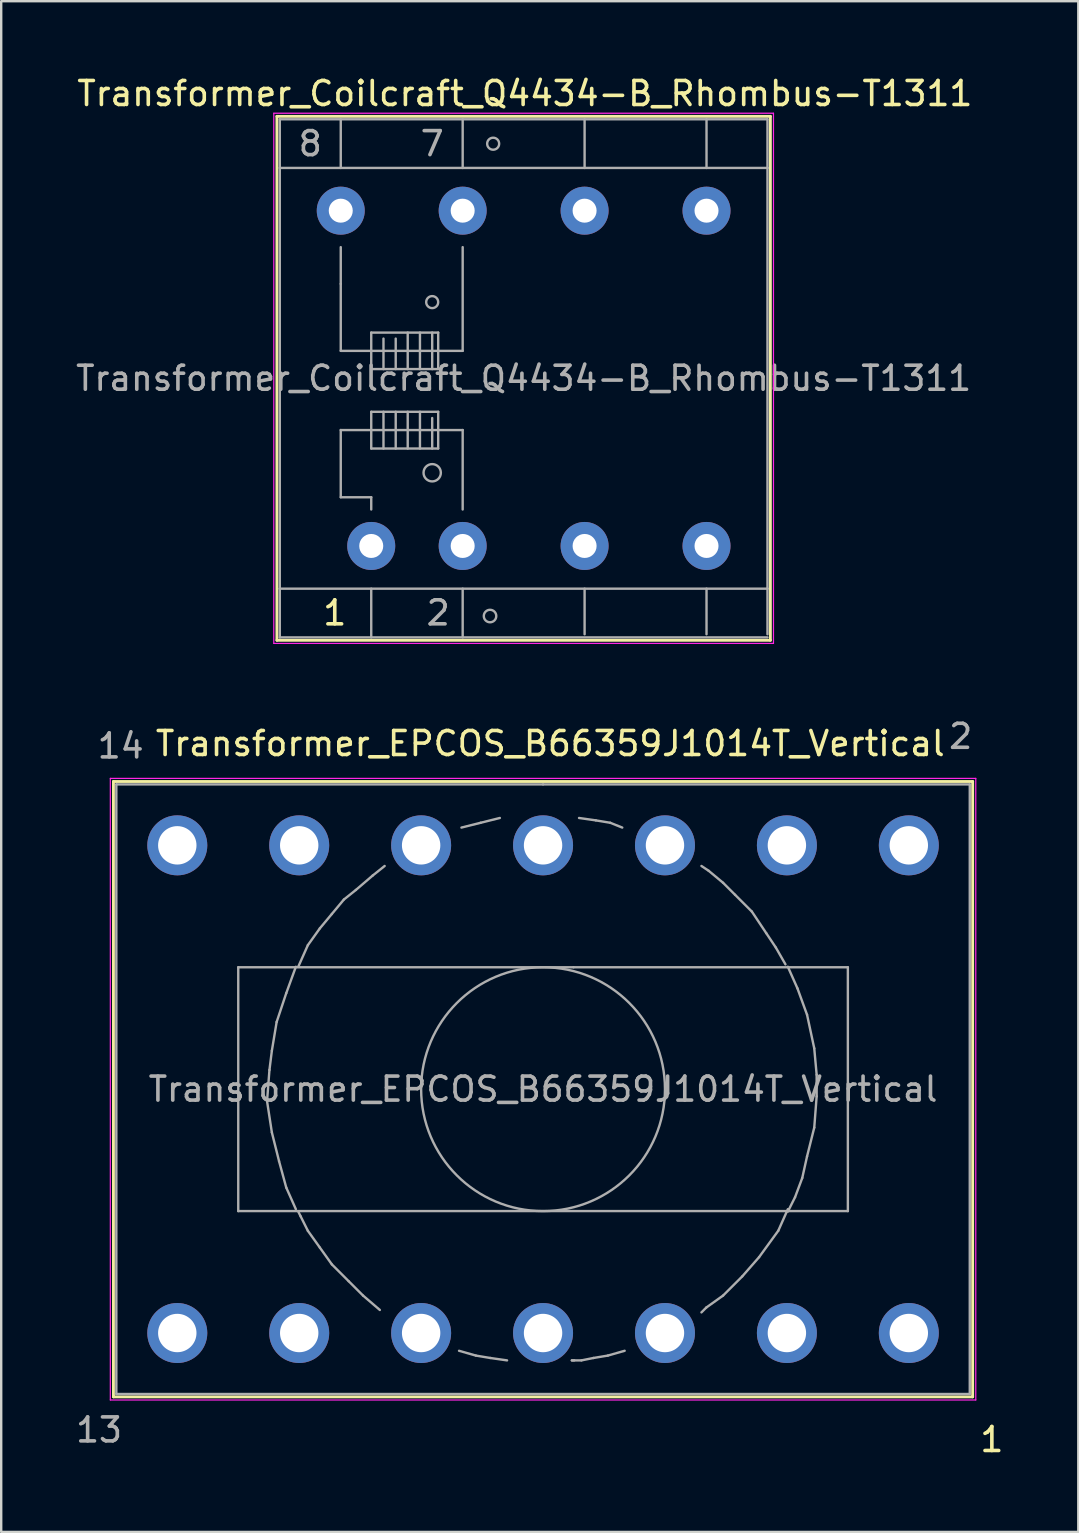
<source format=kicad_pcb>
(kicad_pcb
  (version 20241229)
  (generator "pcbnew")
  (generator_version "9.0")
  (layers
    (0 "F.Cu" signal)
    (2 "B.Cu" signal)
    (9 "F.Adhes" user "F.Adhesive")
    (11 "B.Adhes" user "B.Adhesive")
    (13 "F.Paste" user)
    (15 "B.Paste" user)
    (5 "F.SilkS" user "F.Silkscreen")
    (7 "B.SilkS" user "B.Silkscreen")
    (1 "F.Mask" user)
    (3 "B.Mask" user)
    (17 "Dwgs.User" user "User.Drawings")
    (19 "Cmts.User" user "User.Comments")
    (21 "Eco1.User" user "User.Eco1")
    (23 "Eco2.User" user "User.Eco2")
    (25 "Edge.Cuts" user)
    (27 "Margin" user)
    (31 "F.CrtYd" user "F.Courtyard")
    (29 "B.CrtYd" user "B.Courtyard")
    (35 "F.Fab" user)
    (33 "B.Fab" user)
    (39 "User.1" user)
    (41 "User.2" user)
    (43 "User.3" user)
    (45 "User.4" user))
  (footprint "Transformer_Coilcraft_Q4434-B_Rhombus-T1311"
    (layer "F.Cu")
    (at 12.418 19.698)
    (property "Reference" "Transformer_Coilcraft_Q4434-B_Rhombus-T1311" (at 6.4 -18.85 0) (layer "F.SilkS") (effects (font (size 1 1) (thickness 0.15))))
    (attr through_hole)
    (fp_line (start -3.93 -17.9) (end -3.93 3.93) (stroke (width 0.12) (type solid)) (layer "F.SilkS"))
    (fp_line (start -3.93 -17.9) (end 16.63 -17.9) (stroke (width 0.12) (type solid)) (layer "F.SilkS"))
    (fp_line (start 16.63 3.93) (end -3.93 3.93) (stroke (width 0.12) (type solid)) (layer "F.SilkS"))
    (fp_line (start 16.63 3.93) (end 16.63 -17.9) (stroke (width 0.12) (type solid)) (layer "F.SilkS"))
    (fp_line (start -4.06 -18.03) (end -4.06 4.06) (stroke (width 0.05) (type solid)) (layer "F.CrtYd"))
    (fp_line (start -4.06 -18.03) (end 16.76 -18.03) (stroke (width 0.05) (type solid)) (layer "F.CrtYd"))
    (fp_line (start 16.76 4.06) (end -4.06 4.06) (stroke (width 0.05) (type solid)) (layer "F.CrtYd"))
    (fp_line (start 16.76 4.06) (end 16.76 -18.03) (stroke (width 0.05) (type solid)) (layer "F.CrtYd"))
    (fp_line (start -3.81 -17.78) (end -3.81 -15.75) (stroke (width 0.1) (type solid)) (layer "F.Fab"))
    (fp_line (start -3.81 -15.75) (end -3.81 1.78) (stroke (width 0.1) (type solid)) (layer "F.Fab"))
    (fp_line (start -3.81 1.78) (end -3.81 3.81) (stroke (width 0.1) (type solid)) (layer "F.Fab"))
    (fp_line (start -3.81 1.78) (end 16.51 1.78) (stroke (width 0.1) (type solid)) (layer "F.Fab"))
    (fp_line (start -3.81 3.81) (end 16.51 3.81) (stroke (width 0.1) (type solid)) (layer "F.Fab"))
    (fp_line (start -1.27 -15.75) (end -1.27 -17.78) (stroke (width 0.1) (type solid)) (layer "F.Fab"))
    (fp_line (start -1.27 -12.45) (end -1.27 -10.92) (stroke (width 0.1) (type solid)) (layer "F.Fab"))
    (fp_line (start -1.27 -10.92) (end -1.27 -8.13) (stroke (width 0.1) (type solid)) (layer "F.Fab"))
    (fp_line (start -1.27 -8.13) (end 3.81 -8.13) (stroke (width 0.1) (type solid)) (layer "F.Fab"))
    (fp_line (start -1.27 -4.83) (end -1.27 -2.03) (stroke (width 0.1) (type solid)) (layer "F.Fab"))
    (fp_line (start -1.27 -2.03) (end 0 -2.03) (stroke (width 0.1) (type solid)) (layer "F.Fab"))
    (fp_line (start 0 -8.89) (end 2.79 -8.89) (stroke (width 0.1) (type solid)) (layer "F.Fab"))
    (fp_line (start 0 -7.37) (end 0 -8.89) (stroke (width 0.1) (type solid)) (layer "F.Fab"))
    (fp_line (start 0 -5.59) (end 0 -4.06) (stroke (width 0.1) (type solid)) (layer "F.Fab"))
    (fp_line (start 0 -4.83) (end -1.27 -4.83) (stroke (width 0.1) (type solid)) (layer "F.Fab"))
    (fp_line (start 0 -4.83) (end 3.81 -4.83) (stroke (width 0.1) (type solid)) (layer "F.Fab"))
    (fp_line (start 0 -4.06) (end 2.79 -4.06) (stroke (width 0.1) (type solid)) (layer "F.Fab"))
    (fp_line (start 0 -2.03) (end 0 -1.52) (stroke (width 0.1) (type solid)) (layer "F.Fab"))
    (fp_line (start 0 1.78) (end 0 3.81) (stroke (width 0.1) (type solid)) (layer "F.Fab"))
    (fp_line (start 0.51 -8.64) (end 0.51 -7.37) (stroke (width 0.1) (type solid)) (layer "F.Fab"))
    (fp_line (start 0.51 -5.59) (end 0.51 -4.06) (stroke (width 0.1) (type solid)) (layer "F.Fab"))
    (fp_line (start 1.02 -8.64) (end 1.02 -7.37) (stroke (width 0.1) (type solid)) (layer "F.Fab"))
    (fp_line (start 1.02 -5.59) (end 1.02 -4.06) (stroke (width 0.1) (type solid)) (layer "F.Fab"))
    (fp_line (start 1.52 -8.89) (end 1.52 -7.37) (stroke (width 0.1) (type solid)) (layer "F.Fab"))
    (fp_line (start 1.52 -5.59) (end 1.52 -4.06) (stroke (width 0.1) (type solid)) (layer "F.Fab"))
    (fp_line (start 2.03 -8.89) (end 2.03 -7.37) (stroke (width 0.1) (type solid)) (layer "F.Fab"))
    (fp_line (start 2.03 -5.59) (end 2.03 -4.06) (stroke (width 0.1) (type solid)) (layer "F.Fab"))
    (fp_line (start 2.54 -8.89) (end 2.54 -7.37) (stroke (width 0.1) (type solid)) (layer "F.Fab"))
    (fp_line (start 2.54 -5.33) (end 2.54 -4.06) (stroke (width 0.1) (type solid)) (layer "F.Fab"))
    (fp_line (start 2.79 -8.89) (end 2.79 -7.37) (stroke (width 0.1) (type solid)) (layer "F.Fab"))
    (fp_line (start 2.79 -7.37) (end 0 -7.37) (stroke (width 0.1) (type solid)) (layer "F.Fab"))
    (fp_line (start 2.79 -5.59) (end 0 -5.59) (stroke (width 0.1) (type solid)) (layer "F.Fab"))
    (fp_line (start 2.79 -4.06) (end 2.79 -5.59) (stroke (width 0.1) (type solid)) (layer "F.Fab"))
    (fp_line (start 3.81 -15.75) (end 3.81 -17.78) (stroke (width 0.1) (type solid)) (layer "F.Fab"))
    (fp_line (start 3.81 -8.13) (end 3.81 -12.45) (stroke (width 0.1) (type solid)) (layer "F.Fab"))
    (fp_line (start 3.81 -4.83) (end 3.81 -1.52) (stroke (width 0.1) (type solid)) (layer "F.Fab"))
    (fp_line (start 3.81 1.78) (end 3.81 3.81) (stroke (width 0.1) (type solid)) (layer "F.Fab"))
    (fp_line (start 8.89 -15.75) (end 8.89 -17.78) (stroke (width 0.1) (type solid)) (layer "F.Fab"))
    (fp_line (start 8.89 1.78) (end 8.89 3.68) (stroke (width 0.1) (type solid)) (layer "F.Fab"))
    (fp_line (start 13.97 -15.75) (end 13.97 -17.78) (stroke (width 0.1) (type solid)) (layer "F.Fab"))
    (fp_line (start 13.97 1.78) (end 13.97 3.68) (stroke (width 0.1) (type solid)) (layer "F.Fab"))
    (fp_line (start 16.51 -17.78) (end -3.81 -17.78) (stroke (width 0.1) (type solid)) (layer "F.Fab"))
    (fp_line (start 16.51 -17.78) (end 16.51 -15.75) (stroke (width 0.1) (type solid)) (layer "F.Fab"))
    (fp_line (start 16.51 -15.75) (end -3.81 -15.75) (stroke (width 0.1) (type solid)) (layer "F.Fab"))
    (fp_line (start 16.51 1.78) (end 16.51 -15.75) (stroke (width 0.1) (type solid)) (layer "F.Fab"))
    (fp_line (start 16.51 1.78) (end 16.51 3.68) (stroke (width 0.1) (type solid)) (layer "F.Fab"))
    (fp_circle (center 2.54 -10.16) (end 2.54 -9.91) (stroke (width 0.1) (type solid)) (fill no) (layer "F.Fab"))
    (fp_circle (center 2.54 -3.05) (end 2.79 -2.79) (stroke (width 0.1) (type solid)) (fill no) (layer "F.Fab"))
    (fp_circle (center 4.95 2.92) (end 4.95 3.18) (stroke (width 0.1) (type solid)) (fill no) (layer "F.Fab"))
    (fp_circle (center 5.08 -16.76) (end 5.08 -16.51) (stroke (width 0.1) (type solid)) (fill no) (layer "F.Fab"))
    (fp_text user "1" (at -1.52 2.79 0) (layer "F.SilkS") (effects (font (size 1 1) (thickness 0.15))))
    (fp_text user "${REFERENCE}" (at 6.35 -6.985 0) (layer "F.Fab") (effects (font (size 1 1) (thickness 0.15))))
    (fp_text user "2" (at 2.79 2.79 0) (layer "F.Fab") (effects (font (size 1 1) (thickness 0.15))))
    (fp_text user "7" (at 2.54 -16.76 0) (layer "F.Fab") (effects (font (size 1 1) (thickness 0.15))))
    (fp_text user "8" (at -2.54 -16.76 0) (layer "F.Fab") (effects (font (size 1 1) (thickness 0.15))))
    (pad "1" thru_hole circle (at 0 0) (size 2 2) (drill 1) (layers "*.Cu" "*.Mask"))
    (pad "2" thru_hole circle (at 3.81 0) (size 2 2) (drill 1) (layers "*.Cu" "*.Mask"))
    (pad "3" thru_hole circle (at 8.89 0) (size 2 2) (drill 1) (layers "*.Cu" "*.Mask"))
    (pad "4" thru_hole circle (at 13.97 0) (size 2 2) (drill 1) (layers "*.Cu" "*.Mask"))
    (pad "5" thru_hole circle (at 13.97 -13.97) (size 2 2) (drill 1) (layers "*.Cu" "*.Mask"))
    (pad "6" thru_hole circle (at 8.89 -13.97) (size 2 2) (drill 1) (layers "*.Cu" "*.Mask"))
    (pad "7" thru_hole circle (at 3.81 -13.97) (size 2 2) (drill 1) (layers "*.Cu" "*.Mask"))
    (pad "8" thru_hole circle (at -1.27 -13.97) (size 2 2) (drill 1) (layers "*.Cu" "*.Mask")))
  (footprint "Transformer_EPCOS_B66359J1014T_Vertical"
    (layer "F.Cu")
    (at 34.817 52.492)
    (property "Reference" "Transformer_EPCOS_B66359J1014T_Vertical" (at -14.94 -24.56 0) (layer "F.SilkS") (effects (font (size 1 1) (thickness 0.15))))
    (attr through_hole)
    (fp_line (start -33.14 -22.98) (end -33.14 2.66) (stroke (width 0.12) (type solid)) (layer "F.SilkS"))
    (fp_line (start -33.14 -22.98) (end 2.66 -22.98) (stroke (width 0.12) (type solid)) (layer "F.SilkS"))
    (fp_line (start 2.66 2.66) (end -33.14 2.66) (stroke (width 0.12) (type solid)) (layer "F.SilkS"))
    (fp_line (start 2.66 2.66) (end 2.66 -22.98) (stroke (width 0.12) (type solid)) (layer "F.SilkS"))
    (fp_line (start -33.27 -23.11) (end -33.27 2.79) (stroke (width 0.05) (type solid)) (layer "F.CrtYd"))
    (fp_line (start -33.27 -23.11) (end 2.79 -23.11) (stroke (width 0.05) (type solid)) (layer "F.CrtYd"))
    (fp_line (start 2.79 2.79) (end -33.27 2.79) (stroke (width 0.05) (type solid)) (layer "F.CrtYd"))
    (fp_line (start 2.79 2.79) (end 2.79 -23.11) (stroke (width 0.05) (type solid)) (layer "F.CrtYd"))
    (fp_line (start -33.02 -22.86) (end -33.02 2.54) (stroke (width 0.1) (type solid)) (layer "F.Fab"))
    (fp_line (start -33.02 2.54) (end 2.54 2.54) (stroke (width 0.1) (type solid)) (layer "F.Fab"))
    (fp_line (start -27.94 -15.24) (end -13.97 -15.24) (stroke (width 0.1) (type solid)) (layer "F.Fab"))
    (fp_line (start -27.94 -5.08) (end -27.94 -15.24) (stroke (width 0.1) (type solid)) (layer "F.Fab"))
    (fp_line (start -26.74 -9.66) (end -26.54 -8.36) (stroke (width 0.1) (type solid)) (layer "F.Fab"))
    (fp_line (start -26.64 -10.96) (end -26.74 -9.66) (stroke (width 0.1) (type solid)) (layer "F.Fab"))
    (fp_line (start -26.54 -11.76) (end -26.64 -10.96) (stroke (width 0.1) (type solid)) (layer "F.Fab"))
    (fp_line (start -26.54 -8.36) (end -26.24 -7.16) (stroke (width 0.1) (type solid)) (layer "F.Fab"))
    (fp_line (start -26.34 -12.96) (end -26.54 -11.76) (stroke (width 0.1) (type solid)) (layer "F.Fab"))
    (fp_line (start -26.24 -7.16) (end -25.94 -6.06) (stroke (width 0.1) (type solid)) (layer "F.Fab"))
    (fp_line (start -25.94 -14.16) (end -26.34 -12.96) (stroke (width 0.1) (type solid)) (layer "F.Fab"))
    (fp_line (start -25.94 -6.06) (end -25.54 -5.16) (stroke (width 0.1) (type solid)) (layer "F.Fab"))
    (fp_line (start -25.54 -15.26) (end -25.94 -14.16) (stroke (width 0.1) (type solid)) (layer "F.Fab"))
    (fp_line (start -25.34 -4.86) (end -25.44 -5.06) (stroke (width 0.1) (type solid)) (layer "F.Fab"))
    (fp_line (start -25.04 -16.16) (end -25.44 -15.26) (stroke (width 0.1) (type solid)) (layer "F.Fab"))
    (fp_line (start -25.04 -4.26) (end -25.34 -4.86) (stroke (width 0.1) (type solid)) (layer "F.Fab"))
    (fp_line (start -24.54 -16.86) (end -25.04 -16.16) (stroke (width 0.1) (type solid)) (layer "F.Fab"))
    (fp_line (start -24.54 -3.56) (end -25.04 -4.26) (stroke (width 0.1) (type solid)) (layer "F.Fab"))
    (fp_line (start -24.04 -17.46) (end -24.54 -16.86) (stroke (width 0.1) (type solid)) (layer "F.Fab"))
    (fp_line (start -24.04 -2.86) (end -24.54 -3.56) (stroke (width 0.1) (type solid)) (layer "F.Fab"))
    (fp_line (start -23.54 -18.06) (end -24.04 -17.46) (stroke (width 0.1) (type solid)) (layer "F.Fab"))
    (fp_line (start -23.34 -2.16) (end -24.04 -2.86) (stroke (width 0.1) (type solid)) (layer "F.Fab"))
    (fp_line (start -23.04 -18.46) (end -23.54 -18.06) (stroke (width 0.1) (type solid)) (layer "F.Fab"))
    (fp_line (start -22.74 -1.56) (end -23.34 -2.16) (stroke (width 0.1) (type solid)) (layer "F.Fab"))
    (fp_line (start -22.34 -19.06) (end -23.04 -18.46) (stroke (width 0.1) (type solid)) (layer "F.Fab"))
    (fp_line (start -22.04 -0.96) (end -22.74 -1.56) (stroke (width 0.1) (type solid)) (layer "F.Fab"))
    (fp_line (start -21.84 -19.46) (end -22.34 -19.06) (stroke (width 0.1) (type solid)) (layer "F.Fab"))
    (fp_line (start -18.04 0.94) (end -18.74 0.74) (stroke (width 0.1) (type solid)) (layer "F.Fab"))
    (fp_line (start -17.84 -21.26) (end -18.64 -21.06) (stroke (width 0.1) (type solid)) (layer "F.Fab"))
    (fp_line (start -17.44 1.04) (end -18.04 0.94) (stroke (width 0.1) (type solid)) (layer "F.Fab"))
    (fp_line (start -17.04 -21.46) (end -17.84 -21.26) (stroke (width 0.1) (type solid)) (layer "F.Fab"))
    (fp_line (start -16.74 1.14) (end -17.44 1.04) (stroke (width 0.1) (type solid)) (layer "F.Fab"))
    (fp_line (start -15.24 -22.86) (end -33.02 -22.86) (stroke (width 0.1) (type solid)) (layer "F.Fab"))
    (fp_line (start -15.24 -22.86) (end 2.54 -22.86) (stroke (width 0.1) (type solid)) (layer "F.Fab"))
    (fp_line (start -14.04 1.14) (end -13.94 1.14) (stroke (width 0.1) (type solid)) (layer "F.Fab"))
    (fp_line (start -13.97 -15.24) (end -2.54 -15.24) (stroke (width 0.1) (type solid)) (layer "F.Fab"))
    (fp_line (start -13.64 1.14) (end -14.04 1.14) (stroke (width 0.1) (type solid)) (layer "F.Fab"))
    (fp_line (start -13.14 1.04) (end -13.64 1.14) (stroke (width 0.1) (type solid)) (layer "F.Fab"))
    (fp_line (start -13.04 -21.36) (end -13.74 -21.46) (stroke (width 0.1) (type solid)) (layer "F.Fab"))
    (fp_line (start -12.54 0.94) (end -13.14 1.04) (stroke (width 0.1) (type solid)) (layer "F.Fab"))
    (fp_line (start -12.44 -21.26) (end -13.04 -21.36) (stroke (width 0.1) (type solid)) (layer "F.Fab"))
    (fp_line (start -11.94 -21.06) (end -12.44 -21.26) (stroke (width 0.1) (type solid)) (layer "F.Fab"))
    (fp_line (start -11.84 0.74) (end -12.54 0.94) (stroke (width 0.1) (type solid)) (layer "F.Fab"))
    (fp_line (start -8.64 -19.46) (end -8.34 -19.26) (stroke (width 0.1) (type solid)) (layer "F.Fab"))
    (fp_line (start -8.44 -1.06) (end -8.64 -0.86) (stroke (width 0.1) (type solid)) (layer "F.Fab"))
    (fp_line (start -8.34 -19.26) (end -7.74 -18.76) (stroke (width 0.1) (type solid)) (layer "F.Fab"))
    (fp_line (start -7.74 -18.76) (end -7.24 -18.26) (stroke (width 0.1) (type solid)) (layer "F.Fab"))
    (fp_line (start -7.74 -1.56) (end -8.44 -1.06) (stroke (width 0.1) (type solid)) (layer "F.Fab"))
    (fp_line (start -7.24 -18.26) (end -6.54 -17.56) (stroke (width 0.1) (type solid)) (layer "F.Fab"))
    (fp_line (start -6.94 -2.36) (end -7.74 -1.56) (stroke (width 0.1) (type solid)) (layer "F.Fab"))
    (fp_line (start -6.54 -17.56) (end -5.94 -16.66) (stroke (width 0.1) (type solid)) (layer "F.Fab"))
    (fp_line (start -6.24 -3.16) (end -6.94 -2.36) (stroke (width 0.1) (type solid)) (layer "F.Fab"))
    (fp_line (start -5.94 -16.66) (end -5.54 -16.06) (stroke (width 0.1) (type solid)) (layer "F.Fab"))
    (fp_line (start -5.54 -16.06) (end -5.14 -15.36) (stroke (width 0.1) (type solid)) (layer "F.Fab"))
    (fp_line (start -5.44 -4.26) (end -6.24 -3.16) (stroke (width 0.1) (type solid)) (layer "F.Fab"))
    (fp_line (start -5.04 -15.26) (end -4.64 -14.36) (stroke (width 0.1) (type solid)) (layer "F.Fab"))
    (fp_line (start -5.04 -5.16) (end -5.44 -4.26) (stroke (width 0.1) (type solid)) (layer "F.Fab"))
    (fp_line (start -4.74 -5.66) (end -5.04 -5.06) (stroke (width 0.1) (type solid)) (layer "F.Fab"))
    (fp_line (start -4.64 -14.36) (end -4.24 -13.26) (stroke (width 0.1) (type solid)) (layer "F.Fab"))
    (fp_line (start -4.44 -6.46) (end -4.74 -5.66) (stroke (width 0.1) (type solid)) (layer "F.Fab"))
    (fp_line (start -4.24 -13.26) (end -3.94 -11.86) (stroke (width 0.1) (type solid)) (layer "F.Fab"))
    (fp_line (start -4.24 -7.36) (end -4.44 -6.46) (stroke (width 0.1) (type solid)) (layer "F.Fab"))
    (fp_line (start -3.94 -11.86) (end -3.84 -10.76) (stroke (width 0.1) (type solid)) (layer "F.Fab"))
    (fp_line (start -3.94 -8.56) (end -4.24 -7.36) (stroke (width 0.1) (type solid)) (layer "F.Fab"))
    (fp_line (start -3.84 -10.76) (end -3.84 -9.86) (stroke (width 0.1) (type solid)) (layer "F.Fab"))
    (fp_line (start -3.84 -9.86) (end -3.94 -8.56) (stroke (width 0.1) (type solid)) (layer "F.Fab"))
    (fp_line (start -2.54 -15.24) (end -2.54 -5.08) (stroke (width 0.1) (type solid)) (layer "F.Fab"))
    (fp_line (start -2.54 -5.08) (end -27.94 -5.08) (stroke (width 0.1) (type solid)) (layer "F.Fab"))
    (fp_line (start 2.54 -22.86) (end 2.54 2.54) (stroke (width 0.1) (type solid)) (layer "F.Fab"))
    (fp_circle (center -15.24 -10.16) (end -15.24 -15.24) (stroke (width 0.1) (type solid)) (fill no) (layer "F.Fab"))
    (fp_text user "1" (at 3.46 4.44 0) (layer "F.SilkS") (effects (font (size 1 1) (thickness 0.15))))
    (fp_text user "2" (at 2.16 -24.86 0) (layer "F.Fab") (effects (font (size 1 1) (thickness 0.15))))
    (fp_text user "13" (at -33.74 4.04 0) (layer "F.Fab") (effects (font (size 1 1) (thickness 0.15))))
    (fp_text user "14" (at -32.84 -24.46 0) (layer "F.Fab") (effects (font (size 1 1) (thickness 0.15))))
    (fp_text user "${REFERENCE}" (at -15.24 -10.16 0) (layer "F.Fab") (effects (font (size 1 1) (thickness 0.15))))
    (pad "1" thru_hole circle (at 0 0) (size 2.5 2.5) (drill 1.6) (layers "*.Cu" "*.Mask"))
    (pad "2" thru_hole circle (at 0 -20.32) (size 2.5 2.5) (drill 1.6) (layers "*.Cu" "*.Mask"))
    (pad "3" thru_hole circle (at -5.08 0) (size 2.5 2.5) (drill 1.6) (layers "*.Cu" "*.Mask"))
    (pad "4" thru_hole circle (at -5.08 -20.32) (size 2.5 2.5) (drill 1.6) (layers "*.Cu" "*.Mask"))
    (pad "5" thru_hole circle (at -10.16 0) (size 2.5 2.5) (drill 1.6) (layers "*.Cu" "*.Mask"))
    (pad "6" thru_hole circle (at -10.16 -20.32) (size 2.5 2.5) (drill 1.6) (layers "*.Cu" "*.Mask"))
    (pad "7" thru_hole circle (at -15.24 0) (size 2.5 2.5) (drill 1.6) (layers "*.Cu" "*.Mask"))
    (pad "8" thru_hole circle (at -15.24 -20.32) (size 2.5 2.5) (drill 1.6) (layers "*.Cu" "*.Mask"))
    (pad "9" thru_hole circle (at -20.32 0) (size 2.5 2.5) (drill 1.6) (layers "*.Cu" "*.Mask"))
    (pad "10" thru_hole circle (at -20.32 -20.32) (size 2.5 2.5) (drill 1.6) (layers "*.Cu" "*.Mask"))
    (pad "11" thru_hole circle (at -25.4 0) (size 2.5 2.5) (drill 1.6) (layers "*.Cu" "*.Mask"))
    (pad "12" thru_hole circle (at -25.4 -20.32) (size 2.5 2.5) (drill 1.6) (layers "*.Cu" "*.Mask"))
    (pad "13" thru_hole circle (at -30.48 0) (size 2.5 2.5) (drill 1.6) (layers "*.Cu" "*.Mask"))
    (pad "14" thru_hole circle (at -30.48 -20.32) (size 2.5 2.5) (drill 1.6) (layers "*.Cu" "*.Mask")))
  (gr_rect
    (start -3 -3)
    (end 41.879 60.78)
    (stroke (width 0.1) (type default))
    (fill no)
    (layer "Edge.Cuts")))
</source>
